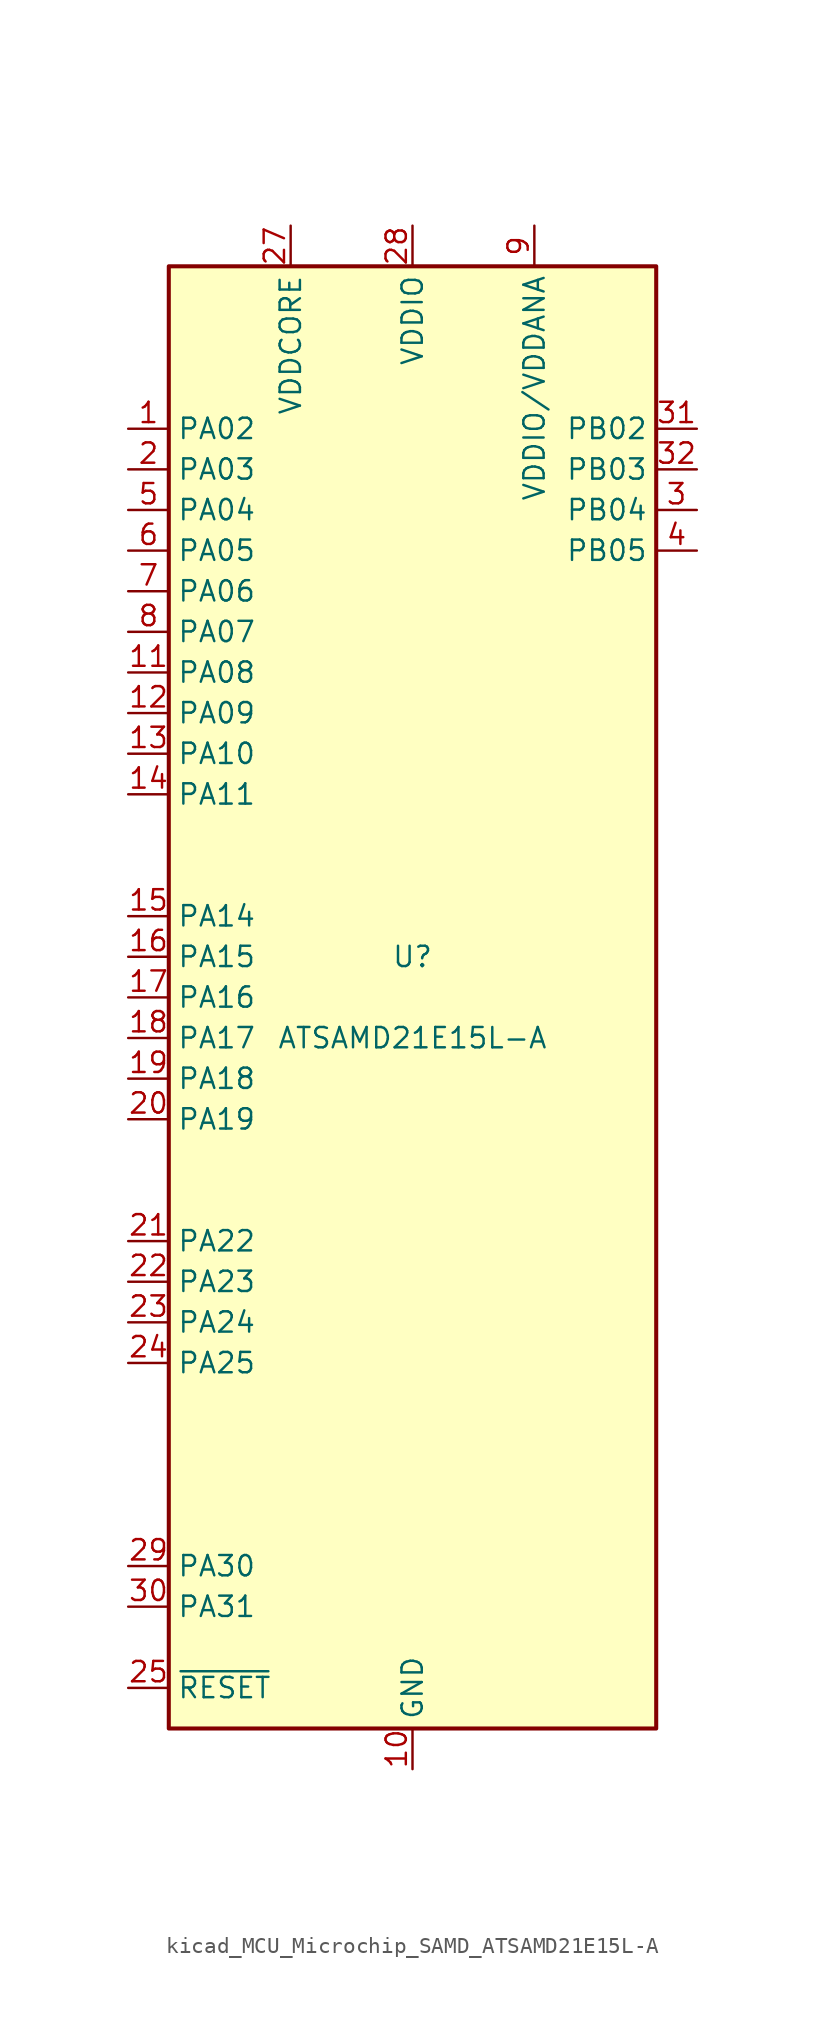
<source format=kicad_sym>
(kicad_symbol_lib
  (version 20220914)
  (generator kicad_symbol_editor)
  (symbol "kicad_MCU_Microchip_SAMD_ATSAMD21E15L-A"
    (property "Reference" "U"
      (at 0 2.54 0)
      (effects (font (size 1.27 1.27))))
    (property "Value" "ATSAMD21E15L-A"
      (at 0 -2.54 0)
      (effects (font (size 1.27 1.27))))
    (symbol "kicad_MCU_Microchip_SAMD_ATSAMD21E15L-A_1_1"
      (rectangle (start -15.24 45.72) (end 15.24 -45.72) (stroke (width 0.254) (type default)) (fill (type background)))
      (pin bidirectional line (at -17.78 35.56 0) (length 2.54) (name "PA02" (effects (font (size 1.27 1.27)))) (number "1" (effects (font (size 1.27 1.27)))))
      (pin power_in line (at 0 -48.26 90) (length 2.54) (name "GND" (effects (font (size 1.27 1.27)))) (number "10" (effects (font (size 1.27 1.27)))))
      (pin bidirectional line (at -17.78 20.32 0) (length 2.54) (name "PA08" (effects (font (size 1.27 1.27)))) (number "11" (effects (font (size 1.27 1.27)))))
      (pin bidirectional line (at -17.78 17.78 0) (length 2.54) (name "PA09" (effects (font (size 1.27 1.27)))) (number "12" (effects (font (size 1.27 1.27)))))
      (pin bidirectional line (at -17.78 15.24 0) (length 2.54) (name "PA10" (effects (font (size 1.27 1.27)))) (number "13" (effects (font (size 1.27 1.27)))))
      (pin bidirectional line (at -17.78 12.7 0) (length 2.54) (name "PA11" (effects (font (size 1.27 1.27)))) (number "14" (effects (font (size 1.27 1.27)))))
      (pin bidirectional line (at -17.78 5.08 0) (length 2.54) (name "PA14" (effects (font (size 1.27 1.27)))) (number "15" (effects (font (size 1.27 1.27)))))
      (pin bidirectional line (at -17.78 2.54 0) (length 2.54) (name "PA15" (effects (font (size 1.27 1.27)))) (number "16" (effects (font (size 1.27 1.27)))))
      (pin bidirectional line (at -17.78 0 0) (length 2.54) (name "PA16" (effects (font (size 1.27 1.27)))) (number "17" (effects (font (size 1.27 1.27)))))
      (pin bidirectional line (at -17.78 -2.54 0) (length 2.54) (name "PA17" (effects (font (size 1.27 1.27)))) (number "18" (effects (font (size 1.27 1.27)))))
      (pin bidirectional line (at -17.78 -5.08 0) (length 2.54) (name "PA18" (effects (font (size 1.27 1.27)))) (number "19" (effects (font (size 1.27 1.27)))))
      (pin bidirectional line (at -17.78 33.02 0) (length 2.54) (name "PA03" (effects (font (size 1.27 1.27)))) (number "2" (effects (font (size 1.27 1.27)))))
      (pin bidirectional line (at -17.78 -7.62 0) (length 2.54) (name "PA19" (effects (font (size 1.27 1.27)))) (number "20" (effects (font (size 1.27 1.27)))))
      (pin bidirectional line (at -17.78 -15.24 0) (length 2.54) (name "PA22" (effects (font (size 1.27 1.27)))) (number "21" (effects (font (size 1.27 1.27)))))
      (pin bidirectional line (at -17.78 -17.78 0) (length 2.54) (name "PA23" (effects (font (size 1.27 1.27)))) (number "22" (effects (font (size 1.27 1.27)))))
      (pin bidirectional line (at -17.78 -20.32 0) (length 2.54) (name "PA24" (effects (font (size 1.27 1.27)))) (number "23" (effects (font (size 1.27 1.27)))))
      (pin bidirectional line (at -17.78 -22.86 0) (length 2.54) (name "PA25" (effects (font (size 1.27 1.27)))) (number "24" (effects (font (size 1.27 1.27)))))
      (pin input line (at -17.78 -43.18 0) (length 2.54) (name "~{RESET}" (effects (font (size 1.27 1.27)))) (number "25" (effects (font (size 1.27 1.27)))))
      (pin passive line (at 0 -48.26 90) (length 2.54) hide (name "GND" (effects (font (size 1.27 1.27)))) (number "26" (effects (font (size 1.27 1.27)))))
      (pin power_out line (at -7.62 48.26 270) (length 2.54) (name "VDDCORE" (effects (font (size 1.27 1.27)))) (number "27" (effects (font (size 1.27 1.27)))))
      (pin power_in line (at 0 48.26 270) (length 2.54) (name "VDDIO" (effects (font (size 1.27 1.27)))) (number "28" (effects (font (size 1.27 1.27)))))
      (pin bidirectional line (at -17.78 -35.56 0) (length 2.54) (name "PA30" (effects (font (size 1.27 1.27)))) (number "29" (effects (font (size 1.27 1.27)))))
      (pin bidirectional line (at 17.78 30.48 180) (length 2.54) (name "PB04" (effects (font (size 1.27 1.27)))) (number "3" (effects (font (size 1.27 1.27)))))
      (pin bidirectional line (at -17.78 -38.1 0) (length 2.54) (name "PA31" (effects (font (size 1.27 1.27)))) (number "30" (effects (font (size 1.27 1.27)))))
      (pin bidirectional line (at 17.78 35.56 180) (length 2.54) (name "PB02" (effects (font (size 1.27 1.27)))) (number "31" (effects (font (size 1.27 1.27)))))
      (pin bidirectional line (at 17.78 33.02 180) (length 2.54) (name "PB03" (effects (font (size 1.27 1.27)))) (number "32" (effects (font (size 1.27 1.27)))))
      (pin bidirectional line (at 17.78 27.94 180) (length 2.54) (name "PB05" (effects (font (size 1.27 1.27)))) (number "4" (effects (font (size 1.27 1.27)))))
      (pin bidirectional line (at -17.78 30.48 0) (length 2.54) (name "PA04" (effects (font (size 1.27 1.27)))) (number "5" (effects (font (size 1.27 1.27)))))
      (pin bidirectional line (at -17.78 27.94 0) (length 2.54) (name "PA05" (effects (font (size 1.27 1.27)))) (number "6" (effects (font (size 1.27 1.27)))))
      (pin bidirectional line (at -17.78 25.4 0) (length 2.54) (name "PA06" (effects (font (size 1.27 1.27)))) (number "7" (effects (font (size 1.27 1.27)))))
      (pin bidirectional line (at -17.78 22.86 0) (length 2.54) (name "PA07" (effects (font (size 1.27 1.27)))) (number "8" (effects (font (size 1.27 1.27)))))
      (pin power_in line (at 7.62 48.26 270) (length 2.54) (name "VDDIO/VDDANA" (effects (font (size 1.27 1.27)))) (number "9" (effects (font (size 1.27 1.27))))))))
</source>
